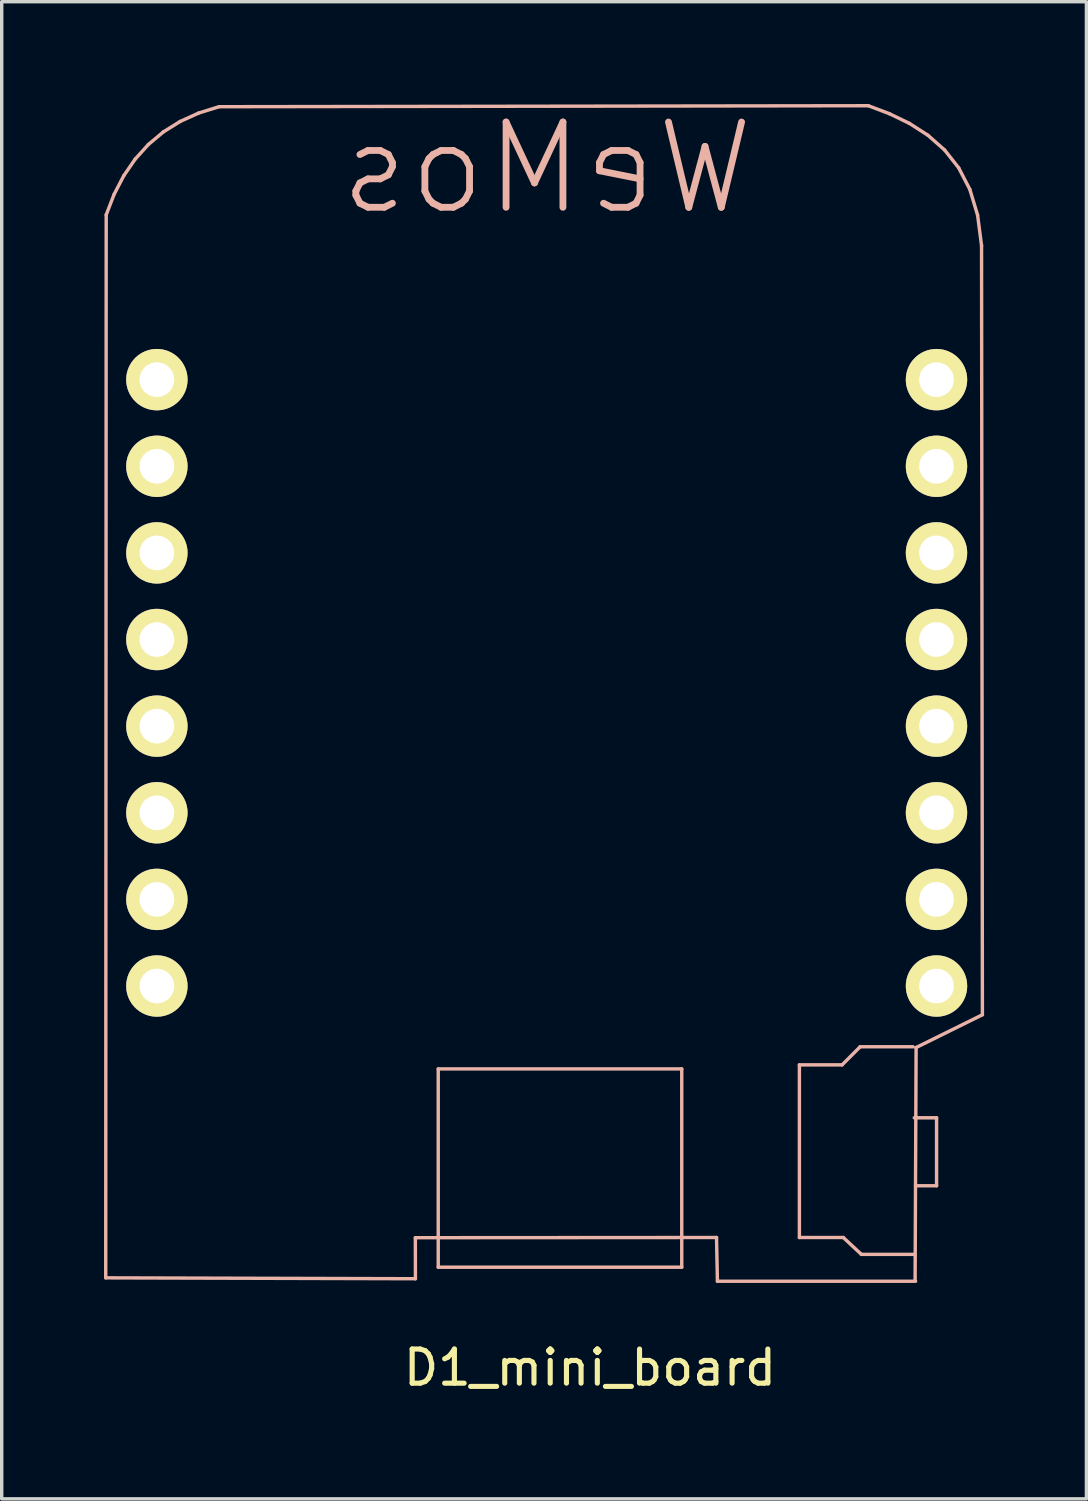
<source format=kicad_pcb>
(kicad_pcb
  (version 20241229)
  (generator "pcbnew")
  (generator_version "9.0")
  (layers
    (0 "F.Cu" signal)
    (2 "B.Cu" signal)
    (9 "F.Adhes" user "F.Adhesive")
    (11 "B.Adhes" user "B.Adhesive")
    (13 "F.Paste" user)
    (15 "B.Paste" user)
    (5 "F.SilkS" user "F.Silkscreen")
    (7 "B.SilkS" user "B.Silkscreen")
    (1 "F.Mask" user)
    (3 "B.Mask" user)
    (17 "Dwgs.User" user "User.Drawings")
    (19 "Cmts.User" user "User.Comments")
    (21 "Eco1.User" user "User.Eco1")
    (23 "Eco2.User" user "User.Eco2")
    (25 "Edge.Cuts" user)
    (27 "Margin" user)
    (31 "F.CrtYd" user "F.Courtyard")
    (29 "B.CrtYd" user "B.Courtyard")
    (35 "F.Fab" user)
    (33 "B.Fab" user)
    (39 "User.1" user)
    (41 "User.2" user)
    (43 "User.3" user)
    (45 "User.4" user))
  (footprint "D1_mini_board"
    (layer "F.Cu")
    (at 12.98 18.242)
    (property "Reference" "D1_mini_board" (at 1.27 18.81 0) (layer "F.SilkS") (effects (font (size 1 1) (thickness 0.15))))
    (attr through_hole)
    (fp_line (start -12.93 16.177) (end -12.916 -14.993) (stroke (width 0.1) (type solid)) (layer "B.SilkS"))
    (fp_line (start -12.916 -14.993) (end -12.683 -15.596) (stroke (width 0.1) (type solid)) (layer "B.SilkS"))
    (fp_line (start -12.683 -15.596) (end -12.4 -16.141) (stroke (width 0.1) (type solid)) (layer "B.SilkS"))
    (fp_line (start -12.4 -16.141) (end -12.065 -16.628) (stroke (width 0.1) (type solid)) (layer "B.SilkS"))
    (fp_line (start -12.065 -16.628) (end -11.679 -17.055) (stroke (width 0.1) (type solid)) (layer "B.SilkS"))
    (fp_line (start -11.679 -17.055) (end -11.241 -17.423) (stroke (width 0.1) (type solid)) (layer "B.SilkS"))
    (fp_line (start -11.241 -17.423) (end -10.749 -17.73) (stroke (width 0.1) (type solid)) (layer "B.SilkS"))
    (fp_line (start -10.749 -17.73) (end -10.205 -17.977) (stroke (width 0.1) (type solid)) (layer "B.SilkS"))
    (fp_line (start -10.205 -17.977) (end -9.607 -18.163) (stroke (width 0.1) (type solid)) (layer "B.SilkS"))
    (fp_line (start -9.607 -18.163) (end 9.43 -18.192) (stroke (width 0.1) (type solid)) (layer "B.SilkS"))
    (fp_line (start -3.851 15) (end -3.849 16.203) (stroke (width 0.1) (type solid)) (layer "B.SilkS"))
    (fp_line (start -3.849 16.203) (end -12.93 16.177) (stroke (width 0.1) (type solid)) (layer "B.SilkS"))
    (fp_line (start -3.18 10.051) (end 3.96 10.051) (stroke (width 0.1) (type solid)) (layer "B.SilkS"))
    (fp_line (start -3.18 15.865) (end -3.18 10.051) (stroke (width 0.1) (type solid)) (layer "B.SilkS"))
    (fp_line (start 3.96 10.051) (end 3.96 15.865) (stroke (width 0.1) (type solid)) (layer "B.SilkS"))
    (fp_line (start 3.96 15.865) (end -3.18 15.865) (stroke (width 0.1) (type solid)) (layer "B.SilkS"))
    (fp_line (start 4.98 14.994) (end -3.851 15) (stroke (width 0.1) (type solid)) (layer "B.SilkS"))
    (fp_line (start 5.006 16.277) (end 4.98 14.994) (stroke (width 0.1) (type solid)) (layer "B.SilkS"))
    (fp_line (start 7.41 9.932) (end 7.41 14.994) (stroke (width 0.1) (type solid)) (layer "B.SilkS"))
    (fp_line (start 7.41 14.994) (end 8.697 14.994) (stroke (width 0.1) (type solid)) (layer "B.SilkS"))
    (fp_line (start 8.662 9.932) (end 7.41 9.932) (stroke (width 0.1) (type solid)) (layer "B.SilkS"))
    (fp_line (start 8.697 14.994) (end 9.227 15.488) (stroke (width 0.1) (type solid)) (layer "B.SilkS"))
    (fp_line (start 9.191 9.402) (end 8.662 9.932) (stroke (width 0.1) (type solid)) (layer "B.SilkS"))
    (fp_line (start 9.227 15.488) (end 10.797 15.488) (stroke (width 0.1) (type solid)) (layer "B.SilkS"))
    (fp_line (start 9.43 -18.192) (end 10.05 -17.958) (stroke (width 0.1) (type solid)) (layer "B.SilkS"))
    (fp_line (start 10.05 -17.958) (end 10.638 -17.673) (stroke (width 0.1) (type solid)) (layer "B.SilkS"))
    (fp_line (start 10.638 -17.673) (end 11.181 -17.324) (stroke (width 0.1) (type solid)) (layer "B.SilkS"))
    (fp_line (start 10.744 9.402) (end 9.191 9.402) (stroke (width 0.1) (type solid)) (layer "B.SilkS"))
    (fp_line (start 10.779 11.484) (end 11.432 11.484) (stroke (width 0.1) (type solid)) (layer "B.SilkS"))
    (fp_line (start 10.817 16.277) (end 5.006 16.277) (stroke (width 0.1) (type solid)) (layer "B.SilkS"))
    (fp_line (start 10.832 9.424) (end 10.803 16.233) (stroke (width 0.1) (type solid)) (layer "B.SilkS"))
    (fp_line (start 11.181 -17.324) (end 11.667 -16.895) (stroke (width 0.1) (type solid)) (layer "B.SilkS"))
    (fp_line (start 11.432 11.484) (end 11.432 13.477) (stroke (width 0.1) (type solid)) (layer "B.SilkS"))
    (fp_line (start 11.432 13.477) (end 10.814 13.477) (stroke (width 0.1) (type solid)) (layer "B.SilkS"))
    (fp_line (start 11.667 -16.895) (end 12.08 -16.371) (stroke (width 0.1) (type solid)) (layer "B.SilkS"))
    (fp_line (start 12.08 -16.371) (end 12.407 -15.74) (stroke (width 0.1) (type solid)) (layer "B.SilkS"))
    (fp_line (start 12.407 -15.74) (end 12.635 -14.985) (stroke (width 0.1) (type solid)) (layer "B.SilkS"))
    (fp_line (start 12.635 -14.985) (end 12.751 -14.092) (stroke (width 0.1) (type solid)) (layer "B.SilkS"))
    (fp_line (start 12.751 -14.092) (end 12.776 8.463) (stroke (width 0.1) (type solid)) (layer "B.SilkS"))
    (fp_line (start 12.776 8.463) (end 10.832 9.424) (stroke (width 0.1) (type solid)) (layer "B.SilkS"))
    (fp_text user "WeMos" (at 0 -16.36 0) (layer "B.SilkS") (effects (font (size 2.5 2.5) (thickness 0.2)) (justify mirror)))
    (pad "1" thru_hole circle (at -11.43 7.62) (size 1.8 1.8) (drill 1.016) (layers "*.Cu" "*.Mask" "F.SilkS"))
    (pad "2" thru_hole circle (at -11.43 5.08) (size 1.8 1.8) (drill 1.016) (layers "*.Cu" "*.Mask" "F.SilkS"))
    (pad "3" thru_hole circle (at -11.43 2.54) (size 1.8 1.8) (drill 1.016) (layers "*.Cu" "*.Mask" "F.SilkS"))
    (pad "4" thru_hole circle (at -11.43 0) (size 1.8 1.8) (drill 1.016) (layers "*.Cu" "*.Mask" "F.SilkS"))
    (pad "5" thru_hole circle (at -11.43 -2.54) (size 1.8 1.8) (drill 1.016) (layers "*.Cu" "*.Mask" "F.SilkS"))
    (pad "6" thru_hole circle (at -11.43 -5.08) (size 1.8 1.8) (drill 1.016) (layers "*.Cu" "*.Mask" "F.SilkS"))
    (pad "7" thru_hole circle (at -11.43 -7.62) (size 1.8 1.8) (drill 1.016) (layers "*.Cu" "*.Mask" "F.SilkS"))
    (pad "8" thru_hole circle (at -11.43 -10.16) (size 1.8 1.8) (drill 1.016) (layers "*.Cu" "*.Mask" "F.SilkS"))
    (pad "9" thru_hole circle (at 11.43 -10.16) (size 1.8 1.8) (drill 1.016) (layers "*.Cu" "*.Mask" "F.SilkS"))
    (pad "10" thru_hole circle (at 11.43 -7.62) (size 1.8 1.8) (drill 1.016) (layers "*.Cu" "*.Mask" "F.SilkS"))
    (pad "11" thru_hole circle (at 11.43 -5.08) (size 1.8 1.8) (drill 1.016) (layers "*.Cu" "*.Mask" "F.SilkS"))
    (pad "12" thru_hole circle (at 11.43 -2.54) (size 1.8 1.8) (drill 1.016) (layers "*.Cu" "*.Mask" "F.SilkS"))
    (pad "13" thru_hole circle (at 11.43 0) (size 1.8 1.8) (drill 1.016) (layers "*.Cu" "*.Mask" "F.SilkS"))
    (pad "14" thru_hole circle (at 11.43 2.54) (size 1.8 1.8) (drill 1.016) (layers "*.Cu" "*.Mask" "F.SilkS"))
    (pad "15" thru_hole circle (at 11.43 5.08) (size 1.8 1.8) (drill 1.016) (layers "*.Cu" "*.Mask" "F.SilkS"))
    (pad "16" thru_hole circle (at 11.43 7.62) (size 1.8 1.8) (drill 1.016) (layers "*.Cu" "*.Mask" "F.SilkS")))
  (gr_rect
    (start -3 -3)
    (end 28.806 40.9)
    (stroke (width 0.1) (type default))
    (fill no)
    (layer "Edge.Cuts")))
</source>
